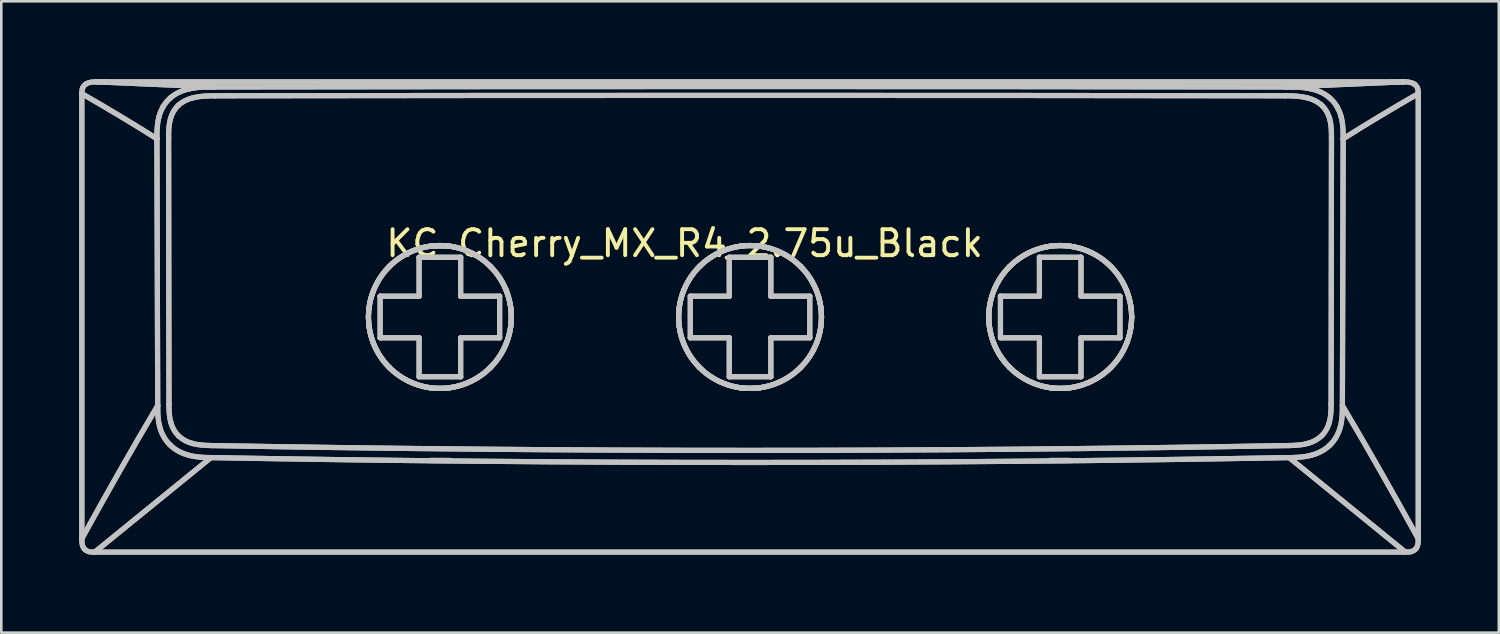
<source format=kicad_pcb>
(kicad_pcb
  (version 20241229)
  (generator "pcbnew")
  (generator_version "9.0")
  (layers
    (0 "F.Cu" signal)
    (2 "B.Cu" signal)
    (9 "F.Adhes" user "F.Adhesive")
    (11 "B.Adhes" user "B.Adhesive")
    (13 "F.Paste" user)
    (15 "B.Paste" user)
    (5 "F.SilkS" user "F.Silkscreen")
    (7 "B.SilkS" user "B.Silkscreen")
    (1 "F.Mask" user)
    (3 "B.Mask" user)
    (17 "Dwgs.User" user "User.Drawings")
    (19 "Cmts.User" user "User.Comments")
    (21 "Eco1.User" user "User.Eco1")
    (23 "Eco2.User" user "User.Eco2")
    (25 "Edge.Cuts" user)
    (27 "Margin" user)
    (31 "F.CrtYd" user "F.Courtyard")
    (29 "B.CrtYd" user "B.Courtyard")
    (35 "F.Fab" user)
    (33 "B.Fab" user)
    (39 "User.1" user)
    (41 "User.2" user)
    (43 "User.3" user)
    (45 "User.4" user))
  (footprint "KC_Cherry_MX_R4_2.75u_Black"
    (layer "F.Cu")
    (at 25.839 9.111)
    (property "Reference" "KC_Cherry_MX_R4_2.75u_Black" (at -2.54 -2.794 0) (layer "F.SilkS") (effects (font (size 1 1) (thickness 0.15))))
    (attr allow_missing_courtyard)
    (fp_line (start -25.739 8.572) (end -25.739 -8.557) (stroke (width 0.2) (type default)) (layer "Dwgs.User"))
    (fp_line (start -25.739 8.572) (end -25.739 -8.557) (stroke (width 0.2) (type default)) (layer "Dwgs.User"))
    (fp_line (start -25.243 9.089) (end -20.771 5.452) (stroke (width 0.2) (type default)) (layer "Dwgs.User"))
    (fp_line (start -25.243 9.089) (end -20.771 5.452) (stroke (width 0.2) (type default)) (layer "Dwgs.User"))
    (fp_line (start -25.173 -9.011) (end 25.133 -9.011) (stroke (width 0.2) (type default)) (layer "Dwgs.User"))
    (fp_line (start -25.173 -9.011) (end 25.133 -9.011) (stroke (width 0.2) (type default)) (layer "Dwgs.User"))
    (fp_line (start -22.849 -6.819) (end -22.819 3.45) (stroke (width 0.2) (type default)) (layer "Dwgs.User"))
    (fp_line (start -22.849 -6.819) (end -22.819 3.45) (stroke (width 0.2) (type default)) (layer "Dwgs.User"))
    (fp_line (start -22.399 -6.873) (end -22.385 3.392) (stroke (width 0.2) (type default)) (layer "Dwgs.User"))
    (fp_line (start -22.399 -6.873) (end -22.385 3.392) (stroke (width 0.2) (type default)) (layer "Dwgs.User"))
    (fp_line (start -20.634 -8.814) (end -25.173 -9.011) (stroke (width 0.2) (type default)) (layer "Dwgs.User"))
    (fp_line (start -20.634 -8.814) (end -25.173 -9.011) (stroke (width 0.2) (type default)) (layer "Dwgs.User"))
    (fp_line (start -14.258 -0.76) (end -12.758 -0.76) (stroke (width 0.2) (type default)) (layer "Dwgs.User"))
    (fp_line (start -14.258 -0.76) (end -12.758 -0.76) (stroke (width 0.2) (type default)) (layer "Dwgs.User"))
    (fp_line (start -14.258 0.84) (end -14.258 -0.76) (stroke (width 0.2) (type default)) (layer "Dwgs.User"))
    (fp_line (start -14.258 0.84) (end -14.258 -0.76) (stroke (width 0.2) (type default)) (layer "Dwgs.User"))
    (fp_line (start -12.758 -2.26) (end -11.158 -2.26) (stroke (width 0.2) (type default)) (layer "Dwgs.User"))
    (fp_line (start -12.758 -2.26) (end -11.158 -2.26) (stroke (width 0.2) (type default)) (layer "Dwgs.User"))
    (fp_line (start -12.758 -0.76) (end -12.758 -2.26) (stroke (width 0.2) (type default)) (layer "Dwgs.User"))
    (fp_line (start -12.758 -0.76) (end -12.758 -2.26) (stroke (width 0.2) (type default)) (layer "Dwgs.User"))
    (fp_line (start -12.758 0.84) (end -14.258 0.84) (stroke (width 0.2) (type default)) (layer "Dwgs.User"))
    (fp_line (start -12.758 0.84) (end -14.258 0.84) (stroke (width 0.2) (type default)) (layer "Dwgs.User"))
    (fp_line (start -12.758 2.34) (end -12.758 0.84) (stroke (width 0.2) (type default)) (layer "Dwgs.User"))
    (fp_line (start -12.758 2.34) (end -12.758 0.84) (stroke (width 0.2) (type default)) (layer "Dwgs.User"))
    (fp_line (start -12.333 -2.685) (end -11.583 -2.685) (stroke (width 0.2) (type default)) (layer "Dwgs.User"))
    (fp_line (start -11.583 5.561) (end -12.333 5.561) (stroke (width 0.2) (type default)) (layer "Dwgs.User"))
    (fp_line (start -11.583 5.561) (end -12.333 5.561) (stroke (width 0.2) (type default)) (layer "Dwgs.User"))
    (fp_line (start -11.158 -2.26) (end -11.158 -0.76) (stroke (width 0.2) (type default)) (layer "Dwgs.User"))
    (fp_line (start -11.158 -2.26) (end -11.158 -0.76) (stroke (width 0.2) (type default)) (layer "Dwgs.User"))
    (fp_line (start -11.158 -0.76) (end -9.658 -0.76) (stroke (width 0.2) (type default)) (layer "Dwgs.User"))
    (fp_line (start -11.158 -0.76) (end -9.658 -0.76) (stroke (width 0.2) (type default)) (layer "Dwgs.User"))
    (fp_line (start -11.158 0.84) (end -11.158 2.34) (stroke (width 0.2) (type default)) (layer "Dwgs.User"))
    (fp_line (start -11.158 0.84) (end -11.158 2.34) (stroke (width 0.2) (type default)) (layer "Dwgs.User"))
    (fp_line (start -11.158 2.34) (end -12.758 2.34) (stroke (width 0.2) (type default)) (layer "Dwgs.User"))
    (fp_line (start -11.158 2.34) (end -12.758 2.34) (stroke (width 0.2) (type default)) (layer "Dwgs.User"))
    (fp_line (start -9.658 -0.76) (end -9.658 0.84) (stroke (width 0.2) (type default)) (layer "Dwgs.User"))
    (fp_line (start -9.658 -0.76) (end -9.658 0.84) (stroke (width 0.2) (type default)) (layer "Dwgs.User"))
    (fp_line (start -9.658 0.84) (end -11.158 0.84) (stroke (width 0.2) (type default)) (layer "Dwgs.User"))
    (fp_line (start -9.658 0.84) (end -11.158 0.84) (stroke (width 0.2) (type default)) (layer "Dwgs.User"))
    (fp_line (start -2.32 -0.76) (end -0.82 -0.76) (stroke (width 0.2) (type default)) (layer "Dwgs.User"))
    (fp_line (start -2.32 -0.76) (end -0.82 -0.76) (stroke (width 0.2) (type default)) (layer "Dwgs.User"))
    (fp_line (start -2.32 0.84) (end -2.32 -0.76) (stroke (width 0.2) (type default)) (layer "Dwgs.User"))
    (fp_line (start -2.32 0.84) (end -2.32 -0.76) (stroke (width 0.2) (type default)) (layer "Dwgs.User"))
    (fp_line (start -0.82 -2.26) (end 0.78 -2.26) (stroke (width 0.2) (type default)) (layer "Dwgs.User"))
    (fp_line (start -0.82 -2.26) (end 0.78 -2.26) (stroke (width 0.2) (type default)) (layer "Dwgs.User"))
    (fp_line (start -0.82 -0.76) (end -0.82 -2.26) (stroke (width 0.2) (type default)) (layer "Dwgs.User"))
    (fp_line (start -0.82 -0.76) (end -0.82 -2.26) (stroke (width 0.2) (type default)) (layer "Dwgs.User"))
    (fp_line (start -0.82 0.84) (end -2.32 0.84) (stroke (width 0.2) (type default)) (layer "Dwgs.User"))
    (fp_line (start -0.82 0.84) (end -2.32 0.84) (stroke (width 0.2) (type default)) (layer "Dwgs.User"))
    (fp_line (start -0.82 2.34) (end -0.82 0.84) (stroke (width 0.2) (type default)) (layer "Dwgs.User"))
    (fp_line (start -0.82 2.34) (end -0.82 0.84) (stroke (width 0.2) (type default)) (layer "Dwgs.User"))
    (fp_line (start -0.395 2.764) (end -0.395 2.764) (stroke (width 0.2) (type default)) (layer "Dwgs.User"))
    (fp_line (start -0.395 2.764) (end -0.02 2.789) (stroke (width 0.2) (type default)) (layer "Dwgs.User"))
    (fp_line (start -0.02 2.789) (end 0.355 2.764) (stroke (width 0.2) (type default)) (layer "Dwgs.User"))
    (fp_line (start 0.78 -2.26) (end 0.78 -0.76) (stroke (width 0.2) (type default)) (layer "Dwgs.User"))
    (fp_line (start 0.78 -2.26) (end 0.78 -0.76) (stroke (width 0.2) (type default)) (layer "Dwgs.User"))
    (fp_line (start 0.78 -0.76) (end 2.28 -0.76) (stroke (width 0.2) (type default)) (layer "Dwgs.User"))
    (fp_line (start 0.78 -0.76) (end 2.28 -0.76) (stroke (width 0.2) (type default)) (layer "Dwgs.User"))
    (fp_line (start 0.78 0.84) (end 0.78 2.34) (stroke (width 0.2) (type default)) (layer "Dwgs.User"))
    (fp_line (start 0.78 0.84) (end 0.78 2.34) (stroke (width 0.2) (type default)) (layer "Dwgs.User"))
    (fp_line (start 0.78 2.34) (end -0.82 2.34) (stroke (width 0.2) (type default)) (layer "Dwgs.User"))
    (fp_line (start 0.78 2.34) (end -0.82 2.34) (stroke (width 0.2) (type default)) (layer "Dwgs.User"))
    (fp_line (start 2.28 -0.76) (end 2.28 0.84) (stroke (width 0.2) (type default)) (layer "Dwgs.User"))
    (fp_line (start 2.28 -0.76) (end 2.28 0.84) (stroke (width 0.2) (type default)) (layer "Dwgs.User"))
    (fp_line (start 2.28 0.84) (end 0.78 0.84) (stroke (width 0.2) (type default)) (layer "Dwgs.User"))
    (fp_line (start 2.28 0.84) (end 0.78 0.84) (stroke (width 0.2) (type default)) (layer "Dwgs.User"))
    (fp_line (start 9.618 -0.76) (end 11.118 -0.76) (stroke (width 0.2) (type default)) (layer "Dwgs.User"))
    (fp_line (start 9.618 -0.76) (end 11.118 -0.76) (stroke (width 0.2) (type default)) (layer "Dwgs.User"))
    (fp_line (start 9.618 0.84) (end 9.618 -0.76) (stroke (width 0.2) (type default)) (layer "Dwgs.User"))
    (fp_line (start 9.618 0.84) (end 9.618 -0.76) (stroke (width 0.2) (type default)) (layer "Dwgs.User"))
    (fp_line (start 11.118 -2.26) (end 12.718 -2.26) (stroke (width 0.2) (type default)) (layer "Dwgs.User"))
    (fp_line (start 11.118 -2.26) (end 12.718 -2.26) (stroke (width 0.2) (type default)) (layer "Dwgs.User"))
    (fp_line (start 11.118 -0.76) (end 11.118 -2.26) (stroke (width 0.2) (type default)) (layer "Dwgs.User"))
    (fp_line (start 11.118 -0.76) (end 11.118 -2.26) (stroke (width 0.2) (type default)) (layer "Dwgs.User"))
    (fp_line (start 11.118 0.84) (end 9.618 0.84) (stroke (width 0.2) (type default)) (layer "Dwgs.User"))
    (fp_line (start 11.118 0.84) (end 9.618 0.84) (stroke (width 0.2) (type default)) (layer "Dwgs.User"))
    (fp_line (start 11.118 2.34) (end 11.118 0.84) (stroke (width 0.2) (type default)) (layer "Dwgs.User"))
    (fp_line (start 11.118 2.34) (end 11.118 0.84) (stroke (width 0.2) (type default)) (layer "Dwgs.User"))
    (fp_line (start 12.293 5.561) (end 11.543 5.561) (stroke (width 0.2) (type default)) (layer "Dwgs.User"))
    (fp_line (start 12.293 5.561) (end 11.543 5.561) (stroke (width 0.2) (type default)) (layer "Dwgs.User"))
    (fp_line (start 12.718 -2.26) (end 12.718 -0.76) (stroke (width 0.2) (type default)) (layer "Dwgs.User"))
    (fp_line (start 12.718 -2.26) (end 12.718 -0.76) (stroke (width 0.2) (type default)) (layer "Dwgs.User"))
    (fp_line (start 12.718 -0.76) (end 14.218 -0.76) (stroke (width 0.2) (type default)) (layer "Dwgs.User"))
    (fp_line (start 12.718 -0.76) (end 14.218 -0.76) (stroke (width 0.2) (type default)) (layer "Dwgs.User"))
    (fp_line (start 12.718 0.84) (end 12.718 2.34) (stroke (width 0.2) (type default)) (layer "Dwgs.User"))
    (fp_line (start 12.718 0.84) (end 12.718 2.34) (stroke (width 0.2) (type default)) (layer "Dwgs.User"))
    (fp_line (start 12.718 2.34) (end 11.118 2.34) (stroke (width 0.2) (type default)) (layer "Dwgs.User"))
    (fp_line (start 12.718 2.34) (end 11.118 2.34) (stroke (width 0.2) (type default)) (layer "Dwgs.User"))
    (fp_line (start 14.218 -0.76) (end 14.218 0.84) (stroke (width 0.2) (type default)) (layer "Dwgs.User"))
    (fp_line (start 14.218 -0.76) (end 14.218 0.84) (stroke (width 0.2) (type default)) (layer "Dwgs.User"))
    (fp_line (start 14.218 0.84) (end 12.718 0.84) (stroke (width 0.2) (type default)) (layer "Dwgs.User"))
    (fp_line (start 14.218 0.84) (end 12.718 0.84) (stroke (width 0.2) (type default)) (layer "Dwgs.User"))
    (fp_line (start 22.345 3.392) (end 22.359 -6.873) (stroke (width 0.2) (type default)) (layer "Dwgs.User"))
    (fp_line (start 22.345 3.392) (end 22.359 -6.873) (stroke (width 0.2) (type default)) (layer "Dwgs.User"))
    (fp_line (start 22.779 3.45) (end 22.809 -6.819) (stroke (width 0.2) (type default)) (layer "Dwgs.User"))
    (fp_line (start 22.779 3.45) (end 22.809 -6.819) (stroke (width 0.2) (type default)) (layer "Dwgs.User"))
    (fp_line (start 25.133 -9.011) (end 20.594 -8.814) (stroke (width 0.2) (type default)) (layer "Dwgs.User"))
    (fp_line (start 25.133 -9.011) (end 20.594 -8.814) (stroke (width 0.2) (type default)) (layer "Dwgs.User"))
    (fp_line (start 25.203 9.089) (end -25.243 9.089) (stroke (width 0.2) (type default)) (layer "Dwgs.User"))
    (fp_line (start 25.203 9.089) (end -25.243 9.089) (stroke (width 0.2) (type default)) (layer "Dwgs.User"))
    (fp_line (start 25.203 9.089) (end 20.731 5.452) (stroke (width 0.2) (type default)) (layer "Dwgs.User"))
    (fp_line (start 25.203 9.089) (end 20.731 5.452) (stroke (width 0.2) (type default)) (layer "Dwgs.User"))
    (fp_line (start 25.699 -8.557) (end 25.699 8.572) (stroke (width 0.2) (type default)) (layer "Dwgs.User"))
    (fp_line (start 25.699 -8.557) (end 25.699 8.572) (stroke (width 0.2) (type default)) (layer "Dwgs.User"))
    (fp_curve (pts (xy -25.739 -8.557) (xy -25.739 -8.63) (xy -25.737 -8.706) (xy -25.708 -8.775)) (stroke (width 0.2) (type default)) (layer "Dwgs.User"))
    (fp_curve (pts (xy -25.739 -8.557) (xy -25.739 -8.63) (xy -25.737 -8.706) (xy -25.708 -8.775)) (stroke (width 0.2) (type default)) (layer "Dwgs.User"))
    (fp_curve (pts (xy -25.739 8.572) (xy -24.799 6.869) (xy -23.835 5.162) (xy -22.819 3.45)) (stroke (width 0.2) (type default)) (layer "Dwgs.User"))
    (fp_curve (pts (xy -25.739 8.572) (xy -24.799 6.869) (xy -23.835 5.162) (xy -22.819 3.45)) (stroke (width 0.2) (type default)) (layer "Dwgs.User"))
    (fp_curve (pts (xy -25.708 -8.775) (xy -25.684 -8.832) (xy -25.647 -8.878) (xy -25.597 -8.915)) (stroke (width 0.2) (type default)) (layer "Dwgs.User"))
    (fp_curve (pts (xy -25.708 -8.775) (xy -25.684 -8.832) (xy -25.647 -8.878) (xy -25.597 -8.915)) (stroke (width 0.2) (type default)) (layer "Dwgs.User"))
    (fp_curve (pts (xy -25.646 8.962) (xy -25.736 8.854) (xy -25.74 8.706) (xy -25.739 8.572)) (stroke (width 0.2) (type default)) (layer "Dwgs.User"))
    (fp_curve (pts (xy -25.646 8.962) (xy -25.736 8.854) (xy -25.74 8.706) (xy -25.739 8.572)) (stroke (width 0.2) (type default)) (layer "Dwgs.User"))
    (fp_curve (pts (xy -25.597 -8.915) (xy -25.476 -9.005) (xy -25.318 -9.012) (xy -25.173 -9.011)) (stroke (width 0.2) (type default)) (layer "Dwgs.User"))
    (fp_curve (pts (xy -25.597 -8.915) (xy -25.476 -9.005) (xy -25.318 -9.012) (xy -25.173 -9.011)) (stroke (width 0.2) (type default)) (layer "Dwgs.User"))
    (fp_curve (pts (xy -25.45 9.074) (xy -25.525 9.058) (xy -25.597 9.021) (xy -25.646 8.962)) (stroke (width 0.2) (type default)) (layer "Dwgs.User"))
    (fp_curve (pts (xy -25.45 9.074) (xy -25.525 9.058) (xy -25.597 9.021) (xy -25.646 8.962)) (stroke (width 0.2) (type default)) (layer "Dwgs.User"))
    (fp_curve (pts (xy -25.243 9.089) (xy -25.313 9.092) (xy -25.382 9.087) (xy -25.45 9.074)) (stroke (width 0.2) (type default)) (layer "Dwgs.User"))
    (fp_curve (pts (xy -25.243 9.089) (xy -25.313 9.092) (xy -25.382 9.087) (xy -25.45 9.074)) (stroke (width 0.2) (type default)) (layer "Dwgs.User"))
    (fp_curve (pts (xy -22.849 -6.819) (xy -23.75 -7.391) (xy -24.725 -7.973) (xy -25.739 -8.557)) (stroke (width 0.2) (type default)) (layer "Dwgs.User"))
    (fp_curve (pts (xy -22.849 -6.819) (xy -23.75 -7.391) (xy -24.725 -7.973) (xy -25.739 -8.557)) (stroke (width 0.2) (type default)) (layer "Dwgs.User"))
    (fp_curve (pts (xy -22.849 -6.819) (xy -22.848 -7.062) (xy -22.853 -7.337) (xy -22.776 -7.647)) (stroke (width 0.2) (type default)) (layer "Dwgs.User"))
    (fp_curve (pts (xy -22.849 -6.819) (xy -22.848 -7.062) (xy -22.853 -7.337) (xy -22.776 -7.647)) (stroke (width 0.2) (type default)) (layer "Dwgs.User"))
    (fp_curve (pts (xy -22.776 -7.647) (xy -22.744 -7.78) (xy -22.691 -7.913) (xy -22.616 -8.046)) (stroke (width 0.2) (type default)) (layer "Dwgs.User"))
    (fp_curve (pts (xy -22.776 -7.647) (xy -22.744 -7.78) (xy -22.691 -7.913) (xy -22.616 -8.046)) (stroke (width 0.2) (type default)) (layer "Dwgs.User"))
    (fp_curve (pts (xy -22.745 4.252) (xy -22.82 3.955) (xy -22.818 3.686) (xy -22.819 3.45)) (stroke (width 0.2) (type default)) (layer "Dwgs.User"))
    (fp_curve (pts (xy -22.745 4.252) (xy -22.82 3.955) (xy -22.818 3.686) (xy -22.819 3.45)) (stroke (width 0.2) (type default)) (layer "Dwgs.User"))
    (fp_curve (pts (xy -22.616 -8.046) (xy -22.543 -8.173) (xy -22.451 -8.286) (xy -22.341 -8.385)) (stroke (width 0.2) (type default)) (layer "Dwgs.User"))
    (fp_curve (pts (xy -22.616 -8.046) (xy -22.543 -8.173) (xy -22.451 -8.286) (xy -22.341 -8.385)) (stroke (width 0.2) (type default)) (layer "Dwgs.User"))
    (fp_curve (pts (xy -22.399 -6.873) (xy -22.399 -7.115) (xy -22.393 -7.361) (xy -22.327 -7.595)) (stroke (width 0.2) (type default)) (layer "Dwgs.User"))
    (fp_curve (pts (xy -22.399 -6.873) (xy -22.399 -7.115) (xy -22.393 -7.361) (xy -22.327 -7.595)) (stroke (width 0.2) (type default)) (layer "Dwgs.User"))
    (fp_curve (pts (xy -22.341 -8.385) (xy -22.097 -8.6) (xy -21.812 -8.701) (xy -21.558 -8.752)) (stroke (width 0.2) (type default)) (layer "Dwgs.User"))
    (fp_curve (pts (xy -22.341 -8.385) (xy -22.097 -8.6) (xy -21.812 -8.701) (xy -21.558 -8.752)) (stroke (width 0.2) (type default)) (layer "Dwgs.User"))
    (fp_curve (pts (xy -22.338 4.97) (xy -22.552 4.765) (xy -22.685 4.496) (xy -22.745 4.252)) (stroke (width 0.2) (type default)) (layer "Dwgs.User"))
    (fp_curve (pts (xy -22.338 4.97) (xy -22.552 4.765) (xy -22.685 4.496) (xy -22.745 4.252)) (stroke (width 0.2) (type default)) (layer "Dwgs.User"))
    (fp_curve (pts (xy -22.327 -7.595) (xy -22.274 -7.786) (xy -22.174 -7.967) (xy -22.027 -8.104)) (stroke (width 0.2) (type default)) (layer "Dwgs.User"))
    (fp_curve (pts (xy -22.327 -7.595) (xy -22.274 -7.786) (xy -22.174 -7.967) (xy -22.027 -8.104)) (stroke (width 0.2) (type default)) (layer "Dwgs.User"))
    (fp_curve (pts (xy -22.315 4.098) (xy -22.379 3.868) (xy -22.385 3.628) (xy -22.385 3.392)) (stroke (width 0.2) (type default)) (layer "Dwgs.User"))
    (fp_curve (pts (xy -22.315 4.098) (xy -22.379 3.868) (xy -22.385 3.628) (xy -22.385 3.392)) (stroke (width 0.2) (type default)) (layer "Dwgs.User"))
    (fp_curve (pts (xy -22.027 -8.104) (xy -21.87 -8.252) (xy -21.668 -8.346) (xy -21.458 -8.398)) (stroke (width 0.2) (type default)) (layer "Dwgs.User"))
    (fp_curve (pts (xy -22.027 -8.104) (xy -21.87 -8.252) (xy -21.668 -8.346) (xy -21.458 -8.398)) (stroke (width 0.2) (type default)) (layer "Dwgs.User"))
    (fp_curve (pts (xy -22.022 4.61) (xy -22.165 4.47) (xy -22.262 4.288) (xy -22.315 4.098)) (stroke (width 0.2) (type default)) (layer "Dwgs.User"))
    (fp_curve (pts (xy -22.022 4.61) (xy -22.165 4.47) (xy -22.262 4.288) (xy -22.315 4.098)) (stroke (width 0.2) (type default)) (layer "Dwgs.User"))
    (fp_curve (pts (xy -21.602 5.367) (xy -21.849 5.306) (xy -22.121 5.181) (xy -22.338 4.97)) (stroke (width 0.2) (type default)) (layer "Dwgs.User"))
    (fp_curve (pts (xy -21.602 5.367) (xy -21.849 5.306) (xy -22.121 5.181) (xy -22.338 4.97)) (stroke (width 0.2) (type default)) (layer "Dwgs.User"))
    (fp_curve (pts (xy -21.558 -8.752) (xy -21.224 -8.817) (xy -20.918 -8.813) (xy -20.634 -8.814)) (stroke (width 0.2) (type default)) (layer "Dwgs.User"))
    (fp_curve (pts (xy -21.558 -8.752) (xy -21.224 -8.817) (xy -20.918 -8.813) (xy -20.634 -8.814)) (stroke (width 0.2) (type default)) (layer "Dwgs.User"))
    (fp_curve (pts (xy -21.491 4.905) (xy -21.688 4.851) (xy -21.876 4.754) (xy -22.022 4.61)) (stroke (width 0.2) (type default)) (layer "Dwgs.User"))
    (fp_curve (pts (xy -21.491 4.905) (xy -21.688 4.851) (xy -21.876 4.754) (xy -22.022 4.61)) (stroke (width 0.2) (type default)) (layer "Dwgs.User"))
    (fp_curve (pts (xy -21.458 -8.398) (xy -21.184 -8.466) (xy -20.898 -8.473) (xy -20.616 -8.474)) (stroke (width 0.2) (type default)) (layer "Dwgs.User"))
    (fp_curve (pts (xy -21.458 -8.398) (xy -21.184 -8.466) (xy -20.898 -8.473) (xy -20.616 -8.474)) (stroke (width 0.2) (type default)) (layer "Dwgs.User"))
    (fp_curve (pts (xy -20.771 5.452) (xy -21.019 5.447) (xy -21.298 5.444) (xy -21.602 5.367)) (stroke (width 0.2) (type default)) (layer "Dwgs.User"))
    (fp_curve (pts (xy -20.771 5.452) (xy -21.019 5.447) (xy -21.298 5.444) (xy -21.602 5.367)) (stroke (width 0.2) (type default)) (layer "Dwgs.User"))
    (fp_curve (pts (xy -20.753 4.988) (xy -21 4.983) (xy -21.252 4.973) (xy -21.491 4.905)) (stroke (width 0.2) (type default)) (layer "Dwgs.User"))
    (fp_curve (pts (xy -20.753 4.988) (xy -21 4.983) (xy -21.252 4.973) (xy -21.491 4.905)) (stroke (width 0.2) (type default)) (layer "Dwgs.User"))
    (fp_curve (pts (xy -20.634 -8.814) (xy -6.901 -8.836) (xy 6.861 -8.836) (xy 20.594 -8.814)) (stroke (width 0.2) (type default)) (layer "Dwgs.User"))
    (fp_curve (pts (xy -20.634 -8.814) (xy -6.901 -8.836) (xy 6.861 -8.836) (xy 20.594 -8.814)) (stroke (width 0.2) (type default)) (layer "Dwgs.User"))
    (fp_curve (pts (xy -20.616 -8.474) (xy -6.895 -8.495) (xy 6.855 -8.495) (xy 20.576 -8.474)) (stroke (width 0.2) (type default)) (layer "Dwgs.User"))
    (fp_curve (pts (xy -20.616 -8.474) (xy -6.895 -8.495) (xy 6.855 -8.495) (xy 20.576 -8.474)) (stroke (width 0.2) (type default)) (layer "Dwgs.User"))
    (fp_curve (pts (xy -14.708 0.039) (xy -14.708 0.363) (xy -14.649 0.713) (xy -14.515 1.052)) (stroke (width 0.2) (type default)) (layer "Dwgs.User"))
    (fp_curve (pts (xy -14.708 0.039) (xy -14.708 0.363) (xy -14.649 0.713) (xy -14.515 1.052)) (stroke (width 0.2) (type default)) (layer "Dwgs.User"))
    (fp_curve (pts (xy -14.682 0.414) (xy -14.603 1.001) (xy -14.327 1.562) (xy -13.903 1.984)) (stroke (width 0.2) (type default)) (layer "Dwgs.User"))
    (fp_curve (pts (xy -14.682 0.414) (xy -14.603 1.001) (xy -14.327 1.562) (xy -13.903 1.984)) (stroke (width 0.2) (type default)) (layer "Dwgs.User"))
    (fp_curve (pts (xy -14.682 -0.336) (xy -14.717 -0.086) (xy -14.717 0.164) (xy -14.682 0.414)) (stroke (width 0.2) (type default)) (layer "Dwgs.User"))
    (fp_curve (pts (xy -14.682 -0.336) (xy -14.717 -0.086) (xy -14.717 0.164) (xy -14.682 0.414)) (stroke (width 0.2) (type default)) (layer "Dwgs.User"))
    (fp_curve (pts (xy -14.515 -0.973) (xy -14.649 -0.634) (xy -14.708 -0.284) (xy -14.708 0.039)) (stroke (width 0.2) (type default)) (layer "Dwgs.User"))
    (fp_curve (pts (xy -14.515 -0.973) (xy -14.649 -0.634) (xy -14.708 -0.284) (xy -14.708 0.039)) (stroke (width 0.2) (type default)) (layer "Dwgs.User"))
    (fp_curve (pts (xy -14.515 1.052) (xy -14.382 1.39) (xy -14.172 1.716) (xy -13.903 1.984)) (stroke (width 0.2) (type default)) (layer "Dwgs.User"))
    (fp_curve (pts (xy -14.515 1.052) (xy -14.382 1.39) (xy -14.172 1.716) (xy -13.903 1.984)) (stroke (width 0.2) (type default)) (layer "Dwgs.User"))
    (fp_curve (pts (xy -13.903 -1.905) (xy -14.326 -1.483) (xy -14.603 -0.923) (xy -14.682 -0.336)) (stroke (width 0.2) (type default)) (layer "Dwgs.User"))
    (fp_curve (pts (xy -13.903 -1.905) (xy -14.326 -1.483) (xy -14.603 -0.923) (xy -14.682 -0.336)) (stroke (width 0.2) (type default)) (layer "Dwgs.User"))
    (fp_curve (pts (xy -13.903 1.984) (xy -13.486 2.403) (xy -12.924 2.684) (xy -12.333 2.764)) (stroke (width 0.2) (type default)) (layer "Dwgs.User"))
    (fp_curve (pts (xy -13.903 1.984) (xy -13.486 2.403) (xy -12.924 2.684) (xy -12.333 2.764)) (stroke (width 0.2) (type default)) (layer "Dwgs.User"))
    (fp_curve (pts (xy -13.903 -1.905) (xy -14.172 -1.637) (xy -14.382 -1.311) (xy -14.515 -0.973)) (stroke (width 0.2) (type default)) (layer "Dwgs.User"))
    (fp_curve (pts (xy -13.903 -1.905) (xy -14.172 -1.637) (xy -14.382 -1.311) (xy -14.515 -0.973)) (stroke (width 0.2) (type default)) (layer "Dwgs.User"))
    (fp_curve (pts (xy -13.903 1.984) (xy -13.634 2.253) (xy -13.309 2.463) (xy -12.97 2.596)) (stroke (width 0.2) (type default)) (layer "Dwgs.User"))
    (fp_curve (pts (xy -13.903 1.984) (xy -13.634 2.253) (xy -13.309 2.463) (xy -12.97 2.596)) (stroke (width 0.2) (type default)) (layer "Dwgs.User"))
    (fp_curve (pts (xy -12.97 -2.518) (xy -13.309 -2.384) (xy -13.634 -2.174) (xy -13.903 -1.905)) (stroke (width 0.2) (type default)) (layer "Dwgs.User"))
    (fp_curve (pts (xy -12.97 -2.518) (xy -13.309 -2.384) (xy -13.634 -2.174) (xy -13.903 -1.905)) (stroke (width 0.2) (type default)) (layer "Dwgs.User"))
    (fp_curve (pts (xy -12.97 2.596) (xy -12.631 2.731) (xy -12.282 2.79) (xy -11.958 2.789)) (stroke (width 0.2) (type default)) (layer "Dwgs.User"))
    (fp_curve (pts (xy -12.97 2.596) (xy -12.631 2.731) (xy -12.282 2.79) (xy -11.958 2.789)) (stroke (width 0.2) (type default)) (layer "Dwgs.User"))
    (fp_curve (pts (xy -12.333 -2.685) (xy -12.924 -2.605) (xy -13.486 -2.325) (xy -13.903 -1.905)) (stroke (width 0.2) (type default)) (layer "Dwgs.User"))
    (fp_curve (pts (xy -12.333 -2.685) (xy -12.924 -2.605) (xy -13.486 -2.325) (xy -13.903 -1.905)) (stroke (width 0.2) (type default)) (layer "Dwgs.User"))
    (fp_curve (pts (xy -12.333 -2.685) (xy -12.083 -2.719) (xy -11.833 -2.719) (xy -11.583 -2.685)) (stroke (width 0.2) (type default)) (layer "Dwgs.User"))
    (fp_curve (pts (xy -12.333 -2.685) (xy -12.083 -2.719) (xy -11.833 -2.719) (xy -11.583 -2.685)) (stroke (width 0.2) (type default)) (layer "Dwgs.User"))
    (fp_curve (pts (xy -12.333 2.764) (xy -12.083 2.798) (xy -11.833 2.798) (xy -11.583 2.764)) (stroke (width 0.2) (type default)) (layer "Dwgs.User"))
    (fp_curve (pts (xy -12.333 2.764) (xy -12.083 2.798) (xy -11.833 2.798) (xy -11.583 2.764)) (stroke (width 0.2) (type default)) (layer "Dwgs.User"))
    (fp_curve (pts (xy -11.958 -2.711) (xy -12.282 -2.711) (xy -12.631 -2.652) (xy -12.97 -2.518)) (stroke (width 0.2) (type default)) (layer "Dwgs.User"))
    (fp_curve (pts (xy -11.958 -2.711) (xy -12.282 -2.711) (xy -12.631 -2.652) (xy -12.97 -2.518)) (stroke (width 0.2) (type default)) (layer "Dwgs.User"))
    (fp_curve (pts (xy -11.958 2.789) (xy -11.634 2.79) (xy -11.285 2.731) (xy -10.946 2.596)) (stroke (width 0.2) (type default)) (layer "Dwgs.User"))
    (fp_curve (pts (xy -11.958 2.789) (xy -11.634 2.79) (xy -11.285 2.731) (xy -10.946 2.596)) (stroke (width 0.2) (type default)) (layer "Dwgs.User"))
    (fp_curve (pts (xy -11.583 2.764) (xy -10.992 2.684) (xy -10.43 2.403) (xy -10.013 1.984)) (stroke (width 0.2) (type default)) (layer "Dwgs.User"))
    (fp_curve (pts (xy -11.583 2.764) (xy -10.992 2.684) (xy -10.43 2.403) (xy -10.013 1.984)) (stroke (width 0.2) (type default)) (layer "Dwgs.User"))
    (fp_curve (pts (xy -10.946 -2.518) (xy -11.285 -2.652) (xy -11.634 -2.711) (xy -11.958 -2.711)) (stroke (width 0.2) (type default)) (layer "Dwgs.User"))
    (fp_curve (pts (xy -10.946 -2.518) (xy -11.285 -2.652) (xy -11.634 -2.711) (xy -11.958 -2.711)) (stroke (width 0.2) (type default)) (layer "Dwgs.User"))
    (fp_curve (pts (xy -10.946 2.596) (xy -10.607 2.463) (xy -10.282 2.253) (xy -10.013 1.984)) (stroke (width 0.2) (type default)) (layer "Dwgs.User"))
    (fp_curve (pts (xy -10.946 2.596) (xy -10.607 2.463) (xy -10.282 2.253) (xy -10.013 1.984)) (stroke (width 0.2) (type default)) (layer "Dwgs.User"))
    (fp_curve (pts (xy -10.013 -1.905) (xy -10.43 -2.325) (xy -10.992 -2.605) (xy -11.583 -2.685)) (stroke (width 0.2) (type default)) (layer "Dwgs.User"))
    (fp_curve (pts (xy -10.013 -1.905) (xy -10.43 -2.325) (xy -10.992 -2.605) (xy -11.583 -2.685)) (stroke (width 0.2) (type default)) (layer "Dwgs.User"))
    (fp_curve (pts (xy -10.013 -1.905) (xy -10.282 -2.174) (xy -10.607 -2.384) (xy -10.946 -2.518)) (stroke (width 0.2) (type default)) (layer "Dwgs.User"))
    (fp_curve (pts (xy -10.013 -1.905) (xy -10.282 -2.174) (xy -10.607 -2.384) (xy -10.946 -2.518)) (stroke (width 0.2) (type default)) (layer "Dwgs.User"))
    (fp_curve (pts (xy -10.013 1.984) (xy -9.744 1.716) (xy -9.534 1.39) (xy -9.401 1.052)) (stroke (width 0.2) (type default)) (layer "Dwgs.User"))
    (fp_curve (pts (xy -10.013 1.984) (xy -9.744 1.716) (xy -9.534 1.39) (xy -9.401 1.052)) (stroke (width 0.2) (type default)) (layer "Dwgs.User"))
    (fp_curve (pts (xy -10.013 1.984) (xy -9.589 1.562) (xy -9.313 1.001) (xy -9.234 0.414)) (stroke (width 0.2) (type default)) (layer "Dwgs.User"))
    (fp_curve (pts (xy -10.013 1.984) (xy -9.589 1.562) (xy -9.313 1.001) (xy -9.234 0.414)) (stroke (width 0.2) (type default)) (layer "Dwgs.User"))
    (fp_curve (pts (xy -9.401 -0.973) (xy -9.534 -1.311) (xy -9.744 -1.637) (xy -10.013 -1.905)) (stroke (width 0.2) (type default)) (layer "Dwgs.User"))
    (fp_curve (pts (xy -9.401 -0.973) (xy -9.534 -1.311) (xy -9.744 -1.637) (xy -10.013 -1.905)) (stroke (width 0.2) (type default)) (layer "Dwgs.User"))
    (fp_curve (pts (xy -9.401 1.052) (xy -9.267 0.713) (xy -9.208 0.363) (xy -9.208 0.039)) (stroke (width 0.2) (type default)) (layer "Dwgs.User"))
    (fp_curve (pts (xy -9.401 1.052) (xy -9.267 0.713) (xy -9.208 0.363) (xy -9.208 0.039)) (stroke (width 0.2) (type default)) (layer "Dwgs.User"))
    (fp_curve (pts (xy -9.234 -0.336) (xy -9.313 -0.923) (xy -9.59 -1.483) (xy -10.013 -1.905)) (stroke (width 0.2) (type default)) (layer "Dwgs.User"))
    (fp_curve (pts (xy -9.234 -0.336) (xy -9.313 -0.923) (xy -9.59 -1.483) (xy -10.013 -1.905)) (stroke (width 0.2) (type default)) (layer "Dwgs.User"))
    (fp_curve (pts (xy -9.234 0.414) (xy -9.217 0.29) (xy -9.208 0.165) (xy -9.208 0.039)) (stroke (width 0.2) (type default)) (layer "Dwgs.User"))
    (fp_curve (pts (xy -9.234 0.414) (xy -9.217 0.29) (xy -9.208 0.165) (xy -9.208 0.039)) (stroke (width 0.2) (type default)) (layer "Dwgs.User"))
    (fp_curve (pts (xy -9.208 0.039) (xy -9.208 -0.284) (xy -9.267 -0.634) (xy -9.401 -0.973)) (stroke (width 0.2) (type default)) (layer "Dwgs.User"))
    (fp_curve (pts (xy -9.208 0.039) (xy -9.208 -0.284) (xy -9.267 -0.634) (xy -9.401 -0.973)) (stroke (width 0.2) (type default)) (layer "Dwgs.User"))
    (fp_curve (pts (xy -9.208 0.039) (xy -9.208 -0.086) (xy -9.217 -0.212) (xy -9.234 -0.336)) (stroke (width 0.2) (type default)) (layer "Dwgs.User"))
    (fp_curve (pts (xy -9.208 0.039) (xy -9.208 -0.086) (xy -9.217 -0.212) (xy -9.234 -0.336)) (stroke (width 0.2) (type default)) (layer "Dwgs.User"))
    (fp_curve (pts (xy -2.77 0.039) (xy -2.77 0.363) (xy -2.711 0.713) (xy -2.577 1.052)) (stroke (width 0.2) (type default)) (layer "Dwgs.User"))
    (fp_curve (pts (xy -2.77 0.039) (xy -2.77 0.363) (xy -2.711 0.713) (xy -2.577 1.052)) (stroke (width 0.2) (type default)) (layer "Dwgs.User"))
    (fp_curve (pts (xy -2.744 0.414) (xy -2.665 1.001) (xy -2.389 1.562) (xy -1.965 1.984)) (stroke (width 0.2) (type default)) (layer "Dwgs.User"))
    (fp_curve (pts (xy -2.744 0.414) (xy -2.665 1.001) (xy -2.389 1.562) (xy -1.965 1.984)) (stroke (width 0.2) (type default)) (layer "Dwgs.User"))
    (fp_curve (pts (xy -2.744 -0.336) (xy -2.779 -0.086) (xy -2.779 0.164) (xy -2.744 0.414)) (stroke (width 0.2) (type default)) (layer "Dwgs.User"))
    (fp_curve (pts (xy -2.744 -0.336) (xy -2.779 -0.086) (xy -2.779 0.164) (xy -2.744 0.414)) (stroke (width 0.2) (type default)) (layer "Dwgs.User"))
    (fp_curve (pts (xy -2.577 -0.973) (xy -2.711 -0.634) (xy -2.77 -0.284) (xy -2.77 0.039)) (stroke (width 0.2) (type default)) (layer "Dwgs.User"))
    (fp_curve (pts (xy -2.577 -0.973) (xy -2.711 -0.634) (xy -2.77 -0.284) (xy -2.77 0.039)) (stroke (width 0.2) (type default)) (layer "Dwgs.User"))
    (fp_curve (pts (xy -2.577 1.052) (xy -2.444 1.39) (xy -2.234 1.716) (xy -1.965 1.984)) (stroke (width 0.2) (type default)) (layer "Dwgs.User"))
    (fp_curve (pts (xy -2.577 1.052) (xy -2.444 1.39) (xy -2.234 1.716) (xy -1.965 1.984)) (stroke (width 0.2) (type default)) (layer "Dwgs.User"))
    (fp_curve (pts (xy -1.965 -1.905) (xy -2.388 -1.483) (xy -2.665 -0.923) (xy -2.744 -0.336)) (stroke (width 0.2) (type default)) (layer "Dwgs.User"))
    (fp_curve (pts (xy -1.965 -1.905) (xy -2.388 -1.483) (xy -2.665 -0.923) (xy -2.744 -0.336)) (stroke (width 0.2) (type default)) (layer "Dwgs.User"))
    (fp_curve (pts (xy -1.965 1.984) (xy -1.548 2.403) (xy -0.986 2.684) (xy -0.395 2.764)) (stroke (width 0.2) (type default)) (layer "Dwgs.User"))
    (fp_curve (pts (xy -1.965 1.984) (xy -1.548 2.403) (xy -0.986 2.684) (xy -0.395 2.764)) (stroke (width 0.2) (type default)) (layer "Dwgs.User"))
    (fp_curve (pts (xy -1.965 -1.905) (xy -2.234 -1.637) (xy -2.444 -1.311) (xy -2.577 -0.973)) (stroke (width 0.2) (type default)) (layer "Dwgs.User"))
    (fp_curve (pts (xy -1.965 -1.905) (xy -2.234 -1.637) (xy -2.444 -1.311) (xy -2.577 -0.973)) (stroke (width 0.2) (type default)) (layer "Dwgs.User"))
    (fp_curve (pts (xy -1.965 1.984) (xy -1.696 2.253) (xy -1.371 2.463) (xy -1.032 2.596)) (stroke (width 0.2) (type default)) (layer "Dwgs.User"))
    (fp_curve (pts (xy -1.965 1.984) (xy -1.696 2.253) (xy -1.371 2.463) (xy -1.032 2.596)) (stroke (width 0.2) (type default)) (layer "Dwgs.User"))
    (fp_curve (pts (xy -1.032 -2.518) (xy -1.371 -2.384) (xy -1.696 -2.174) (xy -1.965 -1.905)) (stroke (width 0.2) (type default)) (layer "Dwgs.User"))
    (fp_curve (pts (xy -1.032 -2.518) (xy -1.371 -2.384) (xy -1.696 -2.174) (xy -1.965 -1.905)) (stroke (width 0.2) (type default)) (layer "Dwgs.User"))
    (fp_curve (pts (xy -1.032 2.596) (xy -0.693 2.731) (xy -0.344 2.79) (xy -0.02 2.789)) (stroke (width 0.2) (type default)) (layer "Dwgs.User"))
    (fp_curve (pts (xy -1.032 2.596) (xy -0.693 2.731) (xy -0.344 2.79) (xy -0.02 2.789)) (stroke (width 0.2) (type default)) (layer "Dwgs.User"))
    (fp_curve (pts (xy -0.395 -2.685) (xy -0.986 -2.605) (xy -1.548 -2.325) (xy -1.965 -1.905)) (stroke (width 0.2) (type default)) (layer "Dwgs.User"))
    (fp_curve (pts (xy -0.395 -2.685) (xy -0.986 -2.605) (xy -1.548 -2.325) (xy -1.965 -1.905)) (stroke (width 0.2) (type default)) (layer "Dwgs.User"))
    (fp_curve (pts (xy -0.395 -2.685) (xy -0.145 -2.719) (xy 0.105 -2.719) (xy 0.355 -2.685)) (stroke (width 0.2) (type default)) (layer "Dwgs.User"))
    (fp_curve (pts (xy -0.395 -2.685) (xy -0.145 -2.719) (xy 0.105 -2.719) (xy 0.355 -2.685)) (stroke (width 0.2) (type default)) (layer "Dwgs.User"))
    (fp_curve (pts (xy -0.02 -2.711) (xy -0.344 -2.711) (xy -0.693 -2.652) (xy -1.032 -2.518)) (stroke (width 0.2) (type default)) (layer "Dwgs.User"))
    (fp_curve (pts (xy -0.02 -2.711) (xy -0.344 -2.711) (xy -0.693 -2.652) (xy -1.032 -2.518)) (stroke (width 0.2) (type default)) (layer "Dwgs.User"))
    (fp_curve (pts (xy -0.02 2.789) (xy 0.304 2.79) (xy 0.653 2.731) (xy 0.992 2.596)) (stroke (width 0.2) (type default)) (layer "Dwgs.User"))
    (fp_curve (pts (xy -0.02 2.789) (xy 0.304 2.79) (xy 0.653 2.731) (xy 0.992 2.596)) (stroke (width 0.2) (type default)) (layer "Dwgs.User"))
    (fp_curve (pts (xy 0.355 2.764) (xy 0.105 2.798) (xy -0.145 2.798) (xy -0.395 2.764)) (stroke (width 0.2) (type default)) (layer "Dwgs.User"))
    (fp_curve (pts (xy 0.355 2.764) (xy 0.105 2.798) (xy -0.145 2.798) (xy -0.395 2.764)) (stroke (width 0.2) (type default)) (layer "Dwgs.User"))
    (fp_curve (pts (xy 0.355 2.764) (xy 0.946 2.684) (xy 1.508 2.403) (xy 1.925 1.984)) (stroke (width 0.2) (type default)) (layer "Dwgs.User"))
    (fp_curve (pts (xy 0.355 2.764) (xy 0.946 2.684) (xy 1.508 2.403) (xy 1.925 1.984)) (stroke (width 0.2) (type default)) (layer "Dwgs.User"))
    (fp_curve (pts (xy 0.992 -2.518) (xy 0.653 -2.652) (xy 0.304 -2.711) (xy -0.02 -2.711)) (stroke (width 0.2) (type default)) (layer "Dwgs.User"))
    (fp_curve (pts (xy 0.992 -2.518) (xy 0.653 -2.652) (xy 0.304 -2.711) (xy -0.02 -2.711)) (stroke (width 0.2) (type default)) (layer "Dwgs.User"))
    (fp_curve (pts (xy 0.992 2.596) (xy 1.331 2.463) (xy 1.656 2.253) (xy 1.925 1.984)) (stroke (width 0.2) (type default)) (layer "Dwgs.User"))
    (fp_curve (pts (xy 0.992 2.596) (xy 1.331 2.463) (xy 1.656 2.253) (xy 1.925 1.984)) (stroke (width 0.2) (type default)) (layer "Dwgs.User"))
    (fp_curve (pts (xy 1.925 -1.905) (xy 1.508 -2.325) (xy 0.946 -2.605) (xy 0.355 -2.685)) (stroke (width 0.2) (type default)) (layer "Dwgs.User"))
    (fp_curve (pts (xy 1.925 -1.905) (xy 1.508 -2.325) (xy 0.946 -2.605) (xy 0.355 -2.685)) (stroke (width 0.2) (type default)) (layer "Dwgs.User"))
    (fp_curve (pts (xy 1.925 -1.905) (xy 1.656 -2.174) (xy 1.331 -2.384) (xy 0.992 -2.518)) (stroke (width 0.2) (type default)) (layer "Dwgs.User"))
    (fp_curve (pts (xy 1.925 -1.905) (xy 1.656 -2.174) (xy 1.331 -2.384) (xy 0.992 -2.518)) (stroke (width 0.2) (type default)) (layer "Dwgs.User"))
    (fp_curve (pts (xy 1.925 1.984) (xy 2.194 1.716) (xy 2.404 1.39) (xy 2.537 1.052)) (stroke (width 0.2) (type default)) (layer "Dwgs.User"))
    (fp_curve (pts (xy 1.925 1.984) (xy 2.194 1.716) (xy 2.404 1.39) (xy 2.537 1.052)) (stroke (width 0.2) (type default)) (layer "Dwgs.User"))
    (fp_curve (pts (xy 1.925 1.984) (xy 2.349 1.562) (xy 2.625 1.001) (xy 2.704 0.414)) (stroke (width 0.2) (type default)) (layer "Dwgs.User"))
    (fp_curve (pts (xy 1.925 1.984) (xy 2.349 1.562) (xy 2.625 1.001) (xy 2.704 0.414)) (stroke (width 0.2) (type default)) (layer "Dwgs.User"))
    (fp_curve (pts (xy 2.537 -0.973) (xy 2.404 -1.311) (xy 2.194 -1.637) (xy 1.925 -1.905)) (stroke (width 0.2) (type default)) (layer "Dwgs.User"))
    (fp_curve (pts (xy 2.537 -0.973) (xy 2.404 -1.311) (xy 2.194 -1.637) (xy 1.925 -1.905)) (stroke (width 0.2) (type default)) (layer "Dwgs.User"))
    (fp_curve (pts (xy 2.537 1.052) (xy 2.671 0.713) (xy 2.73 0.363) (xy 2.73 0.039)) (stroke (width 0.2) (type default)) (layer "Dwgs.User"))
    (fp_curve (pts (xy 2.537 1.052) (xy 2.671 0.713) (xy 2.73 0.363) (xy 2.73 0.039)) (stroke (width 0.2) (type default)) (layer "Dwgs.User"))
    (fp_curve (pts (xy 2.704 -0.336) (xy 2.625 -0.923) (xy 2.348 -1.483) (xy 1.925 -1.905)) (stroke (width 0.2) (type default)) (layer "Dwgs.User"))
    (fp_curve (pts (xy 2.704 -0.336) (xy 2.625 -0.923) (xy 2.348 -1.483) (xy 1.925 -1.905)) (stroke (width 0.2) (type default)) (layer "Dwgs.User"))
    (fp_curve (pts (xy 2.704 -0.336) (xy 2.721 -0.212) (xy 2.73 -0.086) (xy 2.73 0.039)) (stroke (width 0.2) (type default)) (layer "Dwgs.User"))
    (fp_curve (pts (xy 2.704 -0.336) (xy 2.721 -0.212) (xy 2.73 -0.086) (xy 2.73 0.039)) (stroke (width 0.2) (type default)) (layer "Dwgs.User"))
    (fp_curve (pts (xy 2.73 0.039) (xy 2.73 -0.284) (xy 2.671 -0.634) (xy 2.537 -0.973)) (stroke (width 0.2) (type default)) (layer "Dwgs.User"))
    (fp_curve (pts (xy 2.73 0.039) (xy 2.73 -0.284) (xy 2.671 -0.634) (xy 2.537 -0.973)) (stroke (width 0.2) (type default)) (layer "Dwgs.User"))
    (fp_curve (pts (xy 2.73 0.039) (xy 2.73 0.165) (xy 2.721 0.29) (xy 2.704 0.414)) (stroke (width 0.2) (type default)) (layer "Dwgs.User"))
    (fp_curve (pts (xy 2.73 0.039) (xy 2.73 0.165) (xy 2.721 0.29) (xy 2.704 0.414)) (stroke (width 0.2) (type default)) (layer "Dwgs.User"))
    (fp_curve (pts (xy 9.168 0.039) (xy 9.168 0.363) (xy 9.227 0.713) (xy 9.361 1.052)) (stroke (width 0.2) (type default)) (layer "Dwgs.User"))
    (fp_curve (pts (xy 9.168 0.039) (xy 9.168 0.363) (xy 9.227 0.713) (xy 9.361 1.052)) (stroke (width 0.2) (type default)) (layer "Dwgs.User"))
    (fp_curve (pts (xy 9.194 0.414) (xy 9.159 0.164) (xy 9.159 -0.086) (xy 9.194 -0.336)) (stroke (width 0.2) (type default)) (layer "Dwgs.User"))
    (fp_curve (pts (xy 9.194 0.414) (xy 9.159 0.164) (xy 9.159 -0.086) (xy 9.194 -0.336)) (stroke (width 0.2) (type default)) (layer "Dwgs.User"))
    (fp_curve (pts (xy 9.194 0.414) (xy 9.273 1.001) (xy 9.549 1.562) (xy 9.973 1.984)) (stroke (width 0.2) (type default)) (layer "Dwgs.User"))
    (fp_curve (pts (xy 9.194 0.414) (xy 9.273 1.001) (xy 9.549 1.562) (xy 9.973 1.984)) (stroke (width 0.2) (type default)) (layer "Dwgs.User"))
    (fp_curve (pts (xy 9.361 -0.973) (xy 9.227 -0.634) (xy 9.168 -0.284) (xy 9.168 0.039)) (stroke (width 0.2) (type default)) (layer "Dwgs.User"))
    (fp_curve (pts (xy 9.361 -0.973) (xy 9.227 -0.634) (xy 9.168 -0.284) (xy 9.168 0.039)) (stroke (width 0.2) (type default)) (layer "Dwgs.User"))
    (fp_curve (pts (xy 9.361 1.052) (xy 9.494 1.39) (xy 9.704 1.716) (xy 9.973 1.984)) (stroke (width 0.2) (type default)) (layer "Dwgs.User"))
    (fp_curve (pts (xy 9.361 1.052) (xy 9.494 1.39) (xy 9.704 1.716) (xy 9.973 1.984)) (stroke (width 0.2) (type default)) (layer "Dwgs.User"))
    (fp_curve (pts (xy 9.973 -1.905) (xy 9.55 -1.483) (xy 9.273 -0.923) (xy 9.194 -0.336)) (stroke (width 0.2) (type default)) (layer "Dwgs.User"))
    (fp_curve (pts (xy 9.973 -1.905) (xy 9.55 -1.483) (xy 9.273 -0.923) (xy 9.194 -0.336)) (stroke (width 0.2) (type default)) (layer "Dwgs.User"))
    (fp_curve (pts (xy 9.973 1.984) (xy 10.39 2.403) (xy 10.952 2.684) (xy 11.543 2.764)) (stroke (width 0.2) (type default)) (layer "Dwgs.User"))
    (fp_curve (pts (xy 9.973 1.984) (xy 10.39 2.403) (xy 10.952 2.684) (xy 11.543 2.764)) (stroke (width 0.2) (type default)) (layer "Dwgs.User"))
    (fp_curve (pts (xy 9.973 -1.905) (xy 9.704 -1.637) (xy 9.494 -1.311) (xy 9.361 -0.973)) (stroke (width 0.2) (type default)) (layer "Dwgs.User"))
    (fp_curve (pts (xy 9.973 -1.905) (xy 9.704 -1.637) (xy 9.494 -1.311) (xy 9.361 -0.973)) (stroke (width 0.2) (type default)) (layer "Dwgs.User"))
    (fp_curve (pts (xy 9.973 1.984) (xy 10.242 2.253) (xy 10.567 2.463) (xy 10.906 2.596)) (stroke (width 0.2) (type default)) (layer "Dwgs.User"))
    (fp_curve (pts (xy 9.973 1.984) (xy 10.242 2.253) (xy 10.567 2.463) (xy 10.906 2.596)) (stroke (width 0.2) (type default)) (layer "Dwgs.User"))
    (fp_curve (pts (xy 10.906 -2.518) (xy 10.567 -2.384) (xy 10.242 -2.174) (xy 9.973 -1.905)) (stroke (width 0.2) (type default)) (layer "Dwgs.User"))
    (fp_curve (pts (xy 10.906 -2.518) (xy 10.567 -2.384) (xy 10.242 -2.174) (xy 9.973 -1.905)) (stroke (width 0.2) (type default)) (layer "Dwgs.User"))
    (fp_curve (pts (xy 10.906 2.596) (xy 11.245 2.731) (xy 11.594 2.79) (xy 11.918 2.789)) (stroke (width 0.2) (type default)) (layer "Dwgs.User"))
    (fp_curve (pts (xy 10.906 2.596) (xy 11.245 2.731) (xy 11.594 2.79) (xy 11.918 2.789)) (stroke (width 0.2) (type default)) (layer "Dwgs.User"))
    (fp_curve (pts (xy 11.543 -2.685) (xy 10.952 -2.605) (xy 10.39 -2.325) (xy 9.973 -1.905)) (stroke (width 0.2) (type default)) (layer "Dwgs.User"))
    (fp_curve (pts (xy 11.543 -2.685) (xy 10.952 -2.605) (xy 10.39 -2.325) (xy 9.973 -1.905)) (stroke (width 0.2) (type default)) (layer "Dwgs.User"))
    (fp_curve (pts (xy 11.543 -2.685) (xy 11.793 -2.719) (xy 12.043 -2.719) (xy 12.293 -2.685)) (stroke (width 0.2) (type default)) (layer "Dwgs.User"))
    (fp_curve (pts (xy 11.543 -2.685) (xy 11.793 -2.719) (xy 12.043 -2.719) (xy 12.293 -2.685)) (stroke (width 0.2) (type default)) (layer "Dwgs.User"))
    (fp_curve (pts (xy 11.543 2.764) (xy 11.793 2.798) (xy 12.043 2.798) (xy 12.293 2.764)) (stroke (width 0.2) (type default)) (layer "Dwgs.User"))
    (fp_curve (pts (xy 11.543 2.764) (xy 11.793 2.798) (xy 12.043 2.798) (xy 12.293 2.764)) (stroke (width 0.2) (type default)) (layer "Dwgs.User"))
    (fp_curve (pts (xy 11.918 -2.711) (xy 11.594 -2.711) (xy 11.245 -2.652) (xy 10.906 -2.518)) (stroke (width 0.2) (type default)) (layer "Dwgs.User"))
    (fp_curve (pts (xy 11.918 -2.711) (xy 11.594 -2.711) (xy 11.245 -2.652) (xy 10.906 -2.518)) (stroke (width 0.2) (type default)) (layer "Dwgs.User"))
    (fp_curve (pts (xy 11.918 2.789) (xy 12.242 2.79) (xy 12.591 2.731) (xy 12.93 2.596)) (stroke (width 0.2) (type default)) (layer "Dwgs.User"))
    (fp_curve (pts (xy 11.918 2.789) (xy 12.242 2.79) (xy 12.591 2.731) (xy 12.93 2.596)) (stroke (width 0.2) (type default)) (layer "Dwgs.User"))
    (fp_curve (pts (xy 12.293 2.764) (xy 12.884 2.684) (xy 13.446 2.403) (xy 13.863 1.984)) (stroke (width 0.2) (type default)) (layer "Dwgs.User"))
    (fp_curve (pts (xy 12.293 2.764) (xy 12.884 2.684) (xy 13.446 2.403) (xy 13.863 1.984)) (stroke (width 0.2) (type default)) (layer "Dwgs.User"))
    (fp_curve (pts (xy 12.93 -2.518) (xy 12.591 -2.652) (xy 12.242 -2.711) (xy 11.918 -2.711)) (stroke (width 0.2) (type default)) (layer "Dwgs.User"))
    (fp_curve (pts (xy 12.93 -2.518) (xy 12.591 -2.652) (xy 12.242 -2.711) (xy 11.918 -2.711)) (stroke (width 0.2) (type default)) (layer "Dwgs.User"))
    (fp_curve (pts (xy 12.93 2.596) (xy 13.269 2.463) (xy 13.594 2.253) (xy 13.863 1.984)) (stroke (width 0.2) (type default)) (layer "Dwgs.User"))
    (fp_curve (pts (xy 12.93 2.596) (xy 13.269 2.463) (xy 13.594 2.253) (xy 13.863 1.984)) (stroke (width 0.2) (type default)) (layer "Dwgs.User"))
    (fp_curve (pts (xy 13.863 -1.905) (xy 13.446 -2.325) (xy 12.884 -2.605) (xy 12.293 -2.685)) (stroke (width 0.2) (type default)) (layer "Dwgs.User"))
    (fp_curve (pts (xy 13.863 -1.905) (xy 13.446 -2.325) (xy 12.884 -2.605) (xy 12.293 -2.685)) (stroke (width 0.2) (type default)) (layer "Dwgs.User"))
    (fp_curve (pts (xy 13.863 -1.905) (xy 13.594 -2.174) (xy 13.269 -2.384) (xy 12.93 -2.518)) (stroke (width 0.2) (type default)) (layer "Dwgs.User"))
    (fp_curve (pts (xy 13.863 -1.905) (xy 13.594 -2.174) (xy 13.269 -2.384) (xy 12.93 -2.518)) (stroke (width 0.2) (type default)) (layer "Dwgs.User"))
    (fp_curve (pts (xy 13.863 1.984) (xy 14.132 1.716) (xy 14.342 1.39) (xy 14.475 1.052)) (stroke (width 0.2) (type default)) (layer "Dwgs.User"))
    (fp_curve (pts (xy 13.863 1.984) (xy 14.132 1.716) (xy 14.342 1.39) (xy 14.475 1.052)) (stroke (width 0.2) (type default)) (layer "Dwgs.User"))
    (fp_curve (pts (xy 13.863 1.984) (xy 14.287 1.562) (xy 14.563 1.001) (xy 14.642 0.414)) (stroke (width 0.2) (type default)) (layer "Dwgs.User"))
    (fp_curve (pts (xy 13.863 1.984) (xy 14.287 1.562) (xy 14.563 1.001) (xy 14.642 0.414)) (stroke (width 0.2) (type default)) (layer "Dwgs.User"))
    (fp_curve (pts (xy 14.475 -0.973) (xy 14.342 -1.311) (xy 14.132 -1.637) (xy 13.863 -1.905)) (stroke (width 0.2) (type default)) (layer "Dwgs.User"))
    (fp_curve (pts (xy 14.475 -0.973) (xy 14.342 -1.311) (xy 14.132 -1.637) (xy 13.863 -1.905)) (stroke (width 0.2) (type default)) (layer "Dwgs.User"))
    (fp_curve (pts (xy 14.475 1.052) (xy 14.609 0.713) (xy 14.668 0.363) (xy 14.668 0.039)) (stroke (width 0.2) (type default)) (layer "Dwgs.User"))
    (fp_curve (pts (xy 14.475 1.052) (xy 14.609 0.713) (xy 14.668 0.363) (xy 14.668 0.039)) (stroke (width 0.2) (type default)) (layer "Dwgs.User"))
    (fp_curve (pts (xy 14.642 -0.336) (xy 14.563 -0.923) (xy 14.286 -1.483) (xy 13.863 -1.905)) (stroke (width 0.2) (type default)) (layer "Dwgs.User"))
    (fp_curve (pts (xy 14.642 -0.336) (xy 14.563 -0.923) (xy 14.286 -1.483) (xy 13.863 -1.905)) (stroke (width 0.2) (type default)) (layer "Dwgs.User"))
    (fp_curve (pts (xy 14.642 -0.336) (xy 14.659 -0.212) (xy 14.668 -0.086) (xy 14.668 0.039)) (stroke (width 0.2) (type default)) (layer "Dwgs.User"))
    (fp_curve (pts (xy 14.642 -0.336) (xy 14.659 -0.212) (xy 14.668 -0.086) (xy 14.668 0.039)) (stroke (width 0.2) (type default)) (layer "Dwgs.User"))
    (fp_curve (pts (xy 14.668 0.039) (xy 14.668 -0.284) (xy 14.609 -0.634) (xy 14.475 -0.973)) (stroke (width 0.2) (type default)) (layer "Dwgs.User"))
    (fp_curve (pts (xy 14.668 0.039) (xy 14.668 -0.284) (xy 14.609 -0.634) (xy 14.475 -0.973)) (stroke (width 0.2) (type default)) (layer "Dwgs.User"))
    (fp_curve (pts (xy 14.668 0.039) (xy 14.668 0.165) (xy 14.659 0.29) (xy 14.642 0.414)) (stroke (width 0.2) (type default)) (layer "Dwgs.User"))
    (fp_curve (pts (xy 14.668 0.039) (xy 14.668 0.165) (xy 14.659 0.29) (xy 14.642 0.414)) (stroke (width 0.2) (type default)) (layer "Dwgs.User"))
    (fp_curve (pts (xy 20.576 -8.474) (xy 20.858 -8.473) (xy 21.144 -8.466) (xy 21.418 -8.398)) (stroke (width 0.2) (type default)) (layer "Dwgs.User"))
    (fp_curve (pts (xy 20.576 -8.474) (xy 20.858 -8.473) (xy 21.144 -8.466) (xy 21.418 -8.398)) (stroke (width 0.2) (type default)) (layer "Dwgs.User"))
    (fp_curve (pts (xy 20.594 -8.814) (xy 20.878 -8.813) (xy 21.184 -8.817) (xy 21.518 -8.752)) (stroke (width 0.2) (type default)) (layer "Dwgs.User"))
    (fp_curve (pts (xy 20.594 -8.814) (xy 20.878 -8.813) (xy 21.184 -8.817) (xy 21.518 -8.752)) (stroke (width 0.2) (type default)) (layer "Dwgs.User"))
    (fp_curve (pts (xy 20.713 4.988) (xy 6.9 5.236) (xy -6.94 5.236) (xy -20.753 4.988)) (stroke (width 0.2) (type default)) (layer "Dwgs.User"))
    (fp_curve (pts (xy 20.713 4.988) (xy 6.9 5.236) (xy -6.94 5.236) (xy -20.753 4.988)) (stroke (width 0.2) (type default)) (layer "Dwgs.User"))
    (fp_curve (pts (xy 20.731 5.452) (xy 6.906 5.701) (xy -6.946 5.701) (xy -20.771 5.452)) (stroke (width 0.2) (type default)) (layer "Dwgs.User"))
    (fp_curve (pts (xy 20.731 5.452) (xy 6.906 5.701) (xy -6.946 5.701) (xy -20.771 5.452)) (stroke (width 0.2) (type default)) (layer "Dwgs.User"))
    (fp_curve (pts (xy 21.418 -8.398) (xy 21.628 -8.346) (xy 21.83 -8.252) (xy 21.987 -8.104)) (stroke (width 0.2) (type default)) (layer "Dwgs.User"))
    (fp_curve (pts (xy 21.418 -8.398) (xy 21.628 -8.346) (xy 21.83 -8.252) (xy 21.987 -8.104)) (stroke (width 0.2) (type default)) (layer "Dwgs.User"))
    (fp_curve (pts (xy 21.451 4.905) (xy 21.212 4.973) (xy 20.96 4.983) (xy 20.713 4.988)) (stroke (width 0.2) (type default)) (layer "Dwgs.User"))
    (fp_curve (pts (xy 21.451 4.905) (xy 21.212 4.973) (xy 20.96 4.983) (xy 20.713 4.988)) (stroke (width 0.2) (type default)) (layer "Dwgs.User"))
    (fp_curve (pts (xy 21.518 -8.752) (xy 21.772 -8.701) (xy 22.057 -8.6) (xy 22.301 -8.385)) (stroke (width 0.2) (type default)) (layer "Dwgs.User"))
    (fp_curve (pts (xy 21.518 -8.752) (xy 21.772 -8.701) (xy 22.057 -8.6) (xy 22.301 -8.385)) (stroke (width 0.2) (type default)) (layer "Dwgs.User"))
    (fp_curve (pts (xy 21.562 5.367) (xy 21.258 5.444) (xy 20.979 5.447) (xy 20.731 5.452)) (stroke (width 0.2) (type default)) (layer "Dwgs.User"))
    (fp_curve (pts (xy 21.562 5.367) (xy 21.258 5.444) (xy 20.979 5.447) (xy 20.731 5.452)) (stroke (width 0.2) (type default)) (layer "Dwgs.User"))
    (fp_curve (pts (xy 21.982 4.61) (xy 21.836 4.754) (xy 21.648 4.851) (xy 21.451 4.905)) (stroke (width 0.2) (type default)) (layer "Dwgs.User"))
    (fp_curve (pts (xy 21.982 4.61) (xy 21.836 4.754) (xy 21.648 4.851) (xy 21.451 4.905)) (stroke (width 0.2) (type default)) (layer "Dwgs.User"))
    (fp_curve (pts (xy 21.987 -8.104) (xy 22.134 -7.967) (xy 22.234 -7.786) (xy 22.287 -7.595)) (stroke (width 0.2) (type default)) (layer "Dwgs.User"))
    (fp_curve (pts (xy 21.987 -8.104) (xy 22.134 -7.967) (xy 22.234 -7.786) (xy 22.287 -7.595)) (stroke (width 0.2) (type default)) (layer "Dwgs.User"))
    (fp_curve (pts (xy 22.275 4.098) (xy 22.222 4.288) (xy 22.125 4.47) (xy 21.982 4.61)) (stroke (width 0.2) (type default)) (layer "Dwgs.User"))
    (fp_curve (pts (xy 22.275 4.098) (xy 22.222 4.288) (xy 22.125 4.47) (xy 21.982 4.61)) (stroke (width 0.2) (type default)) (layer "Dwgs.User"))
    (fp_curve (pts (xy 22.287 -7.595) (xy 22.353 -7.361) (xy 22.359 -7.115) (xy 22.359 -6.873)) (stroke (width 0.2) (type default)) (layer "Dwgs.User"))
    (fp_curve (pts (xy 22.287 -7.595) (xy 22.353 -7.361) (xy 22.359 -7.115) (xy 22.359 -6.873)) (stroke (width 0.2) (type default)) (layer "Dwgs.User"))
    (fp_curve (pts (xy 22.298 4.97) (xy 22.081 5.181) (xy 21.809 5.306) (xy 21.562 5.367)) (stroke (width 0.2) (type default)) (layer "Dwgs.User"))
    (fp_curve (pts (xy 22.298 4.97) (xy 22.081 5.181) (xy 21.809 5.306) (xy 21.562 5.367)) (stroke (width 0.2) (type default)) (layer "Dwgs.User"))
    (fp_curve (pts (xy 22.301 -8.385) (xy 22.411 -8.286) (xy 22.503 -8.173) (xy 22.576 -8.046)) (stroke (width 0.2) (type default)) (layer "Dwgs.User"))
    (fp_curve (pts (xy 22.301 -8.385) (xy 22.411 -8.286) (xy 22.503 -8.173) (xy 22.576 -8.046)) (stroke (width 0.2) (type default)) (layer "Dwgs.User"))
    (fp_curve (pts (xy 22.345 3.392) (xy 22.345 3.628) (xy 22.339 3.868) (xy 22.275 4.098)) (stroke (width 0.2) (type default)) (layer "Dwgs.User"))
    (fp_curve (pts (xy 22.345 3.392) (xy 22.345 3.628) (xy 22.339 3.868) (xy 22.275 4.098)) (stroke (width 0.2) (type default)) (layer "Dwgs.User"))
    (fp_curve (pts (xy 22.576 -8.046) (xy 22.651 -7.913) (xy 22.704 -7.78) (xy 22.736 -7.647)) (stroke (width 0.2) (type default)) (layer "Dwgs.User"))
    (fp_curve (pts (xy 22.576 -8.046) (xy 22.651 -7.913) (xy 22.704 -7.78) (xy 22.736 -7.647)) (stroke (width 0.2) (type default)) (layer "Dwgs.User"))
    (fp_curve (pts (xy 22.705 4.252) (xy 22.645 4.496) (xy 22.512 4.765) (xy 22.298 4.97)) (stroke (width 0.2) (type default)) (layer "Dwgs.User"))
    (fp_curve (pts (xy 22.705 4.252) (xy 22.645 4.496) (xy 22.512 4.765) (xy 22.298 4.97)) (stroke (width 0.2) (type default)) (layer "Dwgs.User"))
    (fp_curve (pts (xy 22.736 -7.647) (xy 22.813 -7.337) (xy 22.808 -7.062) (xy 22.809 -6.819)) (stroke (width 0.2) (type default)) (layer "Dwgs.User"))
    (fp_curve (pts (xy 22.736 -7.647) (xy 22.813 -7.337) (xy 22.808 -7.062) (xy 22.809 -6.819)) (stroke (width 0.2) (type default)) (layer "Dwgs.User"))
    (fp_curve (pts (xy 22.779 3.45) (xy 22.778 3.686) (xy 22.78 3.955) (xy 22.705 4.252)) (stroke (width 0.2) (type default)) (layer "Dwgs.User"))
    (fp_curve (pts (xy 22.779 3.45) (xy 22.778 3.686) (xy 22.78 3.955) (xy 22.705 4.252)) (stroke (width 0.2) (type default)) (layer "Dwgs.User"))
    (fp_curve (pts (xy 25.133 -9.011) (xy 25.278 -9.012) (xy 25.436 -9.005) (xy 25.557 -8.915)) (stroke (width 0.2) (type default)) (layer "Dwgs.User"))
    (fp_curve (pts (xy 25.133 -9.011) (xy 25.278 -9.012) (xy 25.436 -9.005) (xy 25.557 -8.915)) (stroke (width 0.2) (type default)) (layer "Dwgs.User"))
    (fp_curve (pts (xy 25.41 9.074) (xy 25.342 9.087) (xy 25.273 9.092) (xy 25.203 9.089)) (stroke (width 0.2) (type default)) (layer "Dwgs.User"))
    (fp_curve (pts (xy 25.41 9.074) (xy 25.342 9.087) (xy 25.273 9.092) (xy 25.203 9.089)) (stroke (width 0.2) (type default)) (layer "Dwgs.User"))
    (fp_curve (pts (xy 25.557 -8.915) (xy 25.607 -8.878) (xy 25.644 -8.832) (xy 25.668 -8.775)) (stroke (width 0.2) (type default)) (layer "Dwgs.User"))
    (fp_curve (pts (xy 25.557 -8.915) (xy 25.607 -8.878) (xy 25.644 -8.832) (xy 25.668 -8.775)) (stroke (width 0.2) (type default)) (layer "Dwgs.User"))
    (fp_curve (pts (xy 25.606 8.962) (xy 25.557 9.021) (xy 25.485 9.058) (xy 25.41 9.074)) (stroke (width 0.2) (type default)) (layer "Dwgs.User"))
    (fp_curve (pts (xy 25.606 8.962) (xy 25.557 9.021) (xy 25.485 9.058) (xy 25.41 9.074)) (stroke (width 0.2) (type default)) (layer "Dwgs.User"))
    (fp_curve (pts (xy 25.668 -8.775) (xy 25.697 -8.706) (xy 25.699 -8.63) (xy 25.699 -8.557)) (stroke (width 0.2) (type default)) (layer "Dwgs.User"))
    (fp_curve (pts (xy 25.668 -8.775) (xy 25.697 -8.706) (xy 25.699 -8.63) (xy 25.699 -8.557)) (stroke (width 0.2) (type default)) (layer "Dwgs.User"))
    (fp_curve (pts (xy 25.699 -8.557) (xy 24.685 -7.973) (xy 23.71 -7.391) (xy 22.809 -6.819)) (stroke (width 0.2) (type default)) (layer "Dwgs.User"))
    (fp_curve (pts (xy 25.699 -8.557) (xy 24.685 -7.973) (xy 23.71 -7.391) (xy 22.809 -6.819)) (stroke (width 0.2) (type default)) (layer "Dwgs.User"))
    (fp_curve (pts (xy 25.699 8.572) (xy 24.759 6.869) (xy 23.795 5.162) (xy 22.779 3.45)) (stroke (width 0.2) (type default)) (layer "Dwgs.User"))
    (fp_curve (pts (xy 25.699 8.572) (xy 24.759 6.869) (xy 23.795 5.162) (xy 22.779 3.45)) (stroke (width 0.2) (type default)) (layer "Dwgs.User"))
    (fp_curve (pts (xy 25.699 8.572) (xy 25.7 8.706) (xy 25.696 8.854) (xy 25.606 8.962)) (stroke (width 0.2) (type default)) (layer "Dwgs.User"))
    (fp_curve (pts (xy 25.699 8.572) (xy 25.7 8.706) (xy 25.696 8.854) (xy 25.606 8.962)) (stroke (width 0.2) (type default)) (layer "Dwgs.User")))
  (gr_rect
    (start -3 -3)
    (end 54.638 21.3)
    (stroke (width 0.1) (type default))
    (fill no)
    (layer "Edge.Cuts")))
</source>
